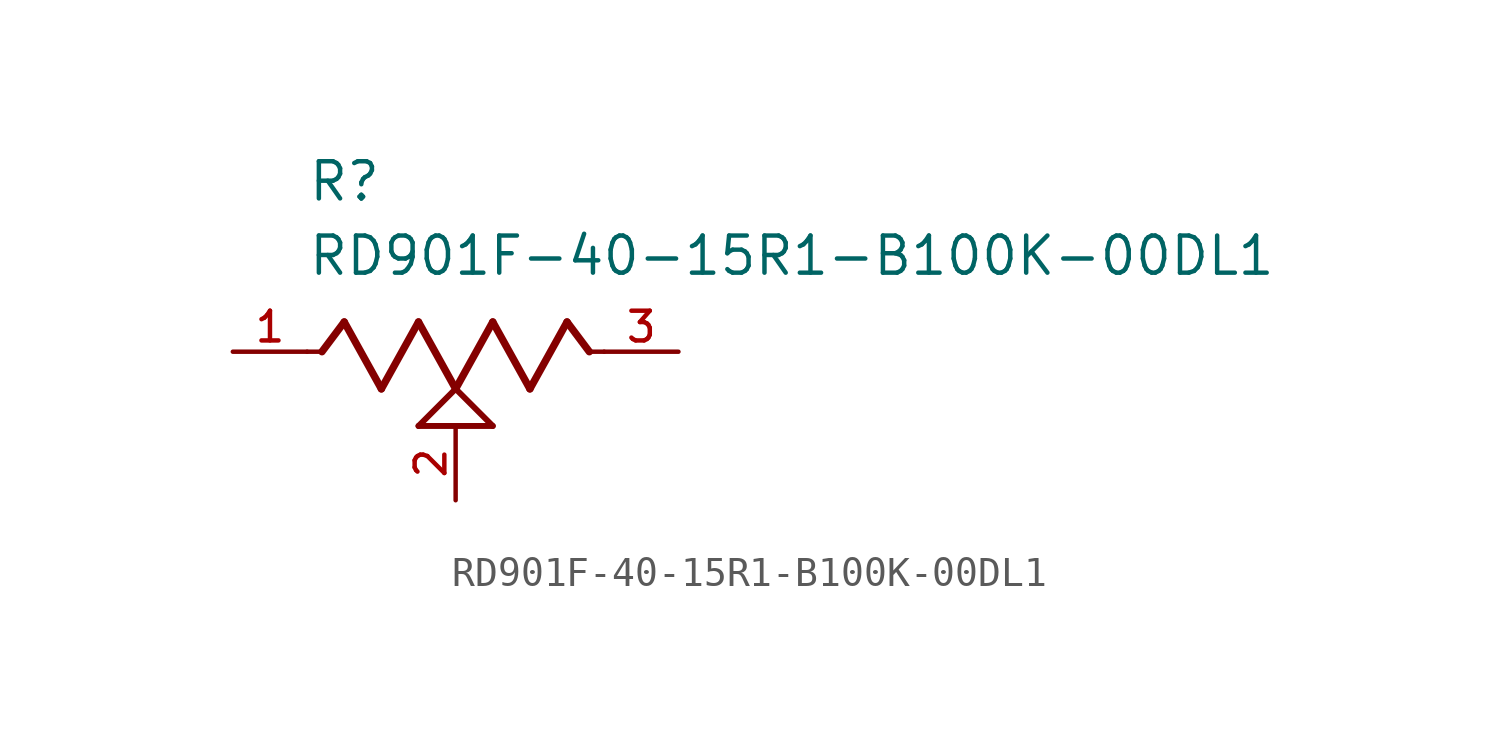
<source format=kicad_sym>
(kicad_symbol_lib
  (version 20211014)
  (generator kicad_symbol_editor)
  (symbol "RD901F-40-15R1-B100K-00DL1"
    (pin_names
      (offset 1.016))
    (property "Reference" "R"
      (at -5.08 5.08 0)
      (effects (font (size 1.27 1.27)) (justify bottom left)))
    (property "Value" "RD901F-40-15R1-B100K-00DL1"
      (at -5.08 2.54 0)
      (effects (font (size 1.27 1.27)) (justify bottom left)))
    (symbol "RD901F-40-15R1-B100K-00DL1_0_0"
      (polyline (pts (xy -5.08 0.0) (xy -4.572 0.0)) (stroke (width 0.152)))
      (polyline (pts (xy -4.572 0.0) (xy -3.81 1.016)) (stroke (width 0.254)))
      (polyline (pts (xy -3.81 1.016) (xy -2.54 -1.27)) (stroke (width 0.254)))
      (polyline (pts (xy -2.54 -1.27) (xy -1.27 1.016)) (stroke (width 0.254)))
      (polyline (pts (xy -1.27 1.016) (xy 0.0 -1.27)) (stroke (width 0.254)))
      (polyline (pts (xy 0.0 -1.27) (xy 1.27 1.016)) (stroke (width 0.254)))
      (polyline (pts (xy 1.27 1.016) (xy 2.54 -1.27)) (stroke (width 0.254)))
      (polyline (pts (xy 2.54 -1.27) (xy 3.81 1.016)) (stroke (width 0.254)))
      (polyline (pts (xy 3.81 1.016) (xy 4.572 0.0)) (stroke (width 0.254)))
      (polyline (pts (xy 4.572 0.0) (xy 5.08 0.0)) (stroke (width 0.152)))
      (polyline (pts (xy 0.0 -1.27) (xy 1.27 -2.54)) (stroke (width 0.203)))
      (polyline (pts (xy -1.27 -2.54) (xy 0.0 -1.27)) (stroke (width 0.203)))
      (polyline (pts (xy 1.27 -2.54) (xy -1.27 -2.54)) (stroke (width 0.203)))
      (pin passive line (at 7.62 0.0 180.0) (length 2.54) (name "~" (effects (font (size 1.016 1.016)))) (number "3" (effects (font (size 1.016 1.016)))))
      (pin passive line (at -7.62 0.0 0) (length 2.54) (name "~" (effects (font (size 1.016 1.016)))) (number "1" (effects (font (size 1.016 1.016)))))
      (pin passive line (at 0.0 -5.08 90.0) (length 2.54) (name "~" (effects (font (size 1.016 1.016)))) (number "2" (effects (font (size 1.016 1.016))))))))
</source>
